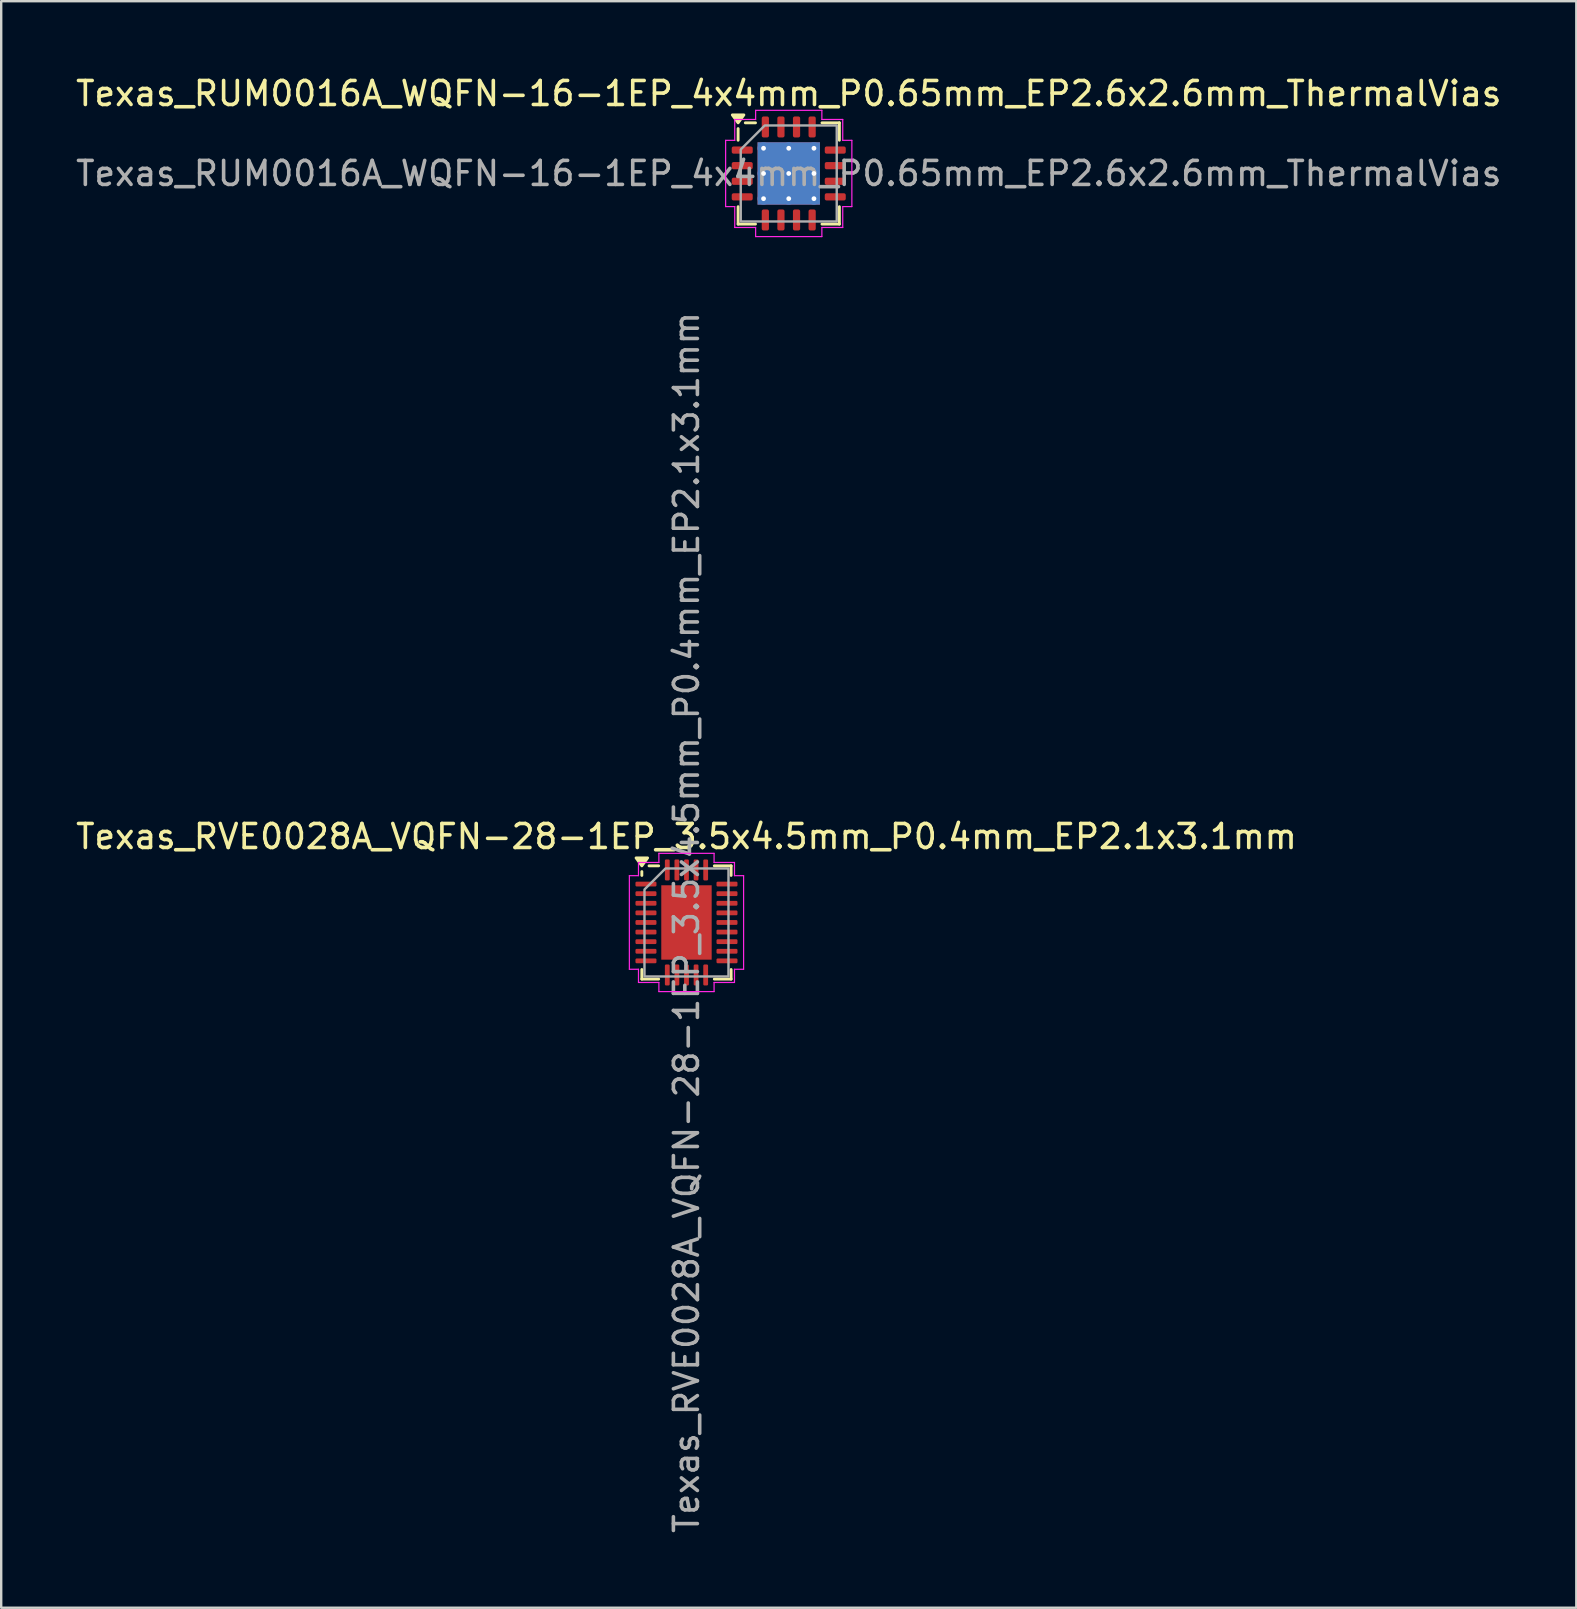
<source format=kicad_pcb>
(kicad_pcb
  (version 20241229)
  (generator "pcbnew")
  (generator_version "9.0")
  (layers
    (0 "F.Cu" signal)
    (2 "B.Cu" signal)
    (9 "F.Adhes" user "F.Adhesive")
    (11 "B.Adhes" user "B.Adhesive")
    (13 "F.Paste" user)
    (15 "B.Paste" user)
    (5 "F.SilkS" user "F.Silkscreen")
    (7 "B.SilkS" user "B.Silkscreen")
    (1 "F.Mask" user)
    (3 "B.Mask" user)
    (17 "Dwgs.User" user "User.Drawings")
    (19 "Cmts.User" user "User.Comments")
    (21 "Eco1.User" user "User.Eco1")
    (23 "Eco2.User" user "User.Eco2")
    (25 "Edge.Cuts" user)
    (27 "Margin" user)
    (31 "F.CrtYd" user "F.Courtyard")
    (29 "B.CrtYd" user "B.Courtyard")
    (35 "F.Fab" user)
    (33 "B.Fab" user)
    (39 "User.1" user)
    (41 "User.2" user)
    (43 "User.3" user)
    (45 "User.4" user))
  (footprint "Texas_RUM0016A_WQFN-16-1EP_4x4mm_P0.65mm_EP2.6x2.6mm_ThermalVias"
    (layer "F.Cu")
    (at 29.815 4.178)
    (property "Reference" "Texas_RUM0016A_WQFN-16-1EP_4x4mm_P0.65mm_EP2.6x2.6mm_ThermalVias" (at 0 -3.33 0) (layer "F.SilkS") (effects (font (size 1 1) (thickness 0.15))))
    (attr smd)
    (fp_line (start -2.11 -1.385) (end -2.11 -1.87) (stroke (width 0.12) (type solid)) (layer "F.SilkS"))
    (fp_line (start -2.11 2.11) (end -2.11 1.385) (stroke (width 0.12) (type solid)) (layer "F.SilkS"))
    (fp_line (start -1.385 -2.11) (end -1.81 -2.11) (stroke (width 0.12) (type solid)) (layer "F.SilkS"))
    (fp_line (start -1.385 2.11) (end -2.11 2.11) (stroke (width 0.12) (type solid)) (layer "F.SilkS"))
    (fp_line (start 1.385 -2.11) (end 2.11 -2.11) (stroke (width 0.12) (type solid)) (layer "F.SilkS"))
    (fp_line (start 1.385 2.11) (end 2.11 2.11) (stroke (width 0.12) (type solid)) (layer "F.SilkS"))
    (fp_line (start 2.11 -2.11) (end 2.11 -1.385) (stroke (width 0.12) (type solid)) (layer "F.SilkS"))
    (fp_line (start 2.11 2.11) (end 2.11 1.385) (stroke (width 0.12) (type solid)) (layer "F.SilkS"))
    (fp_poly (pts (xy -2.11 -2.11) (xy -2.35 -2.44) (xy -1.87 -2.44)) (stroke (width 0.12) (type solid)) (fill yes) (layer "F.SilkS"))
    (fp_line (start -2.63 -1.38) (end -2.25 -1.38) (stroke (width 0.05) (type solid)) (layer "F.CrtYd"))
    (fp_line (start -2.63 1.38) (end -2.63 -1.38) (stroke (width 0.05) (type solid)) (layer "F.CrtYd"))
    (fp_line (start -2.25 -2.25) (end -1.38 -2.25) (stroke (width 0.05) (type solid)) (layer "F.CrtYd"))
    (fp_line (start -2.25 -1.38) (end -2.25 -2.25) (stroke (width 0.05) (type solid)) (layer "F.CrtYd"))
    (fp_line (start -2.25 1.38) (end -2.63 1.38) (stroke (width 0.05) (type solid)) (layer "F.CrtYd"))
    (fp_line (start -2.25 2.25) (end -2.25 1.38) (stroke (width 0.05) (type solid)) (layer "F.CrtYd"))
    (fp_line (start -1.38 -2.63) (end 1.38 -2.63) (stroke (width 0.05) (type solid)) (layer "F.CrtYd"))
    (fp_line (start -1.38 -2.25) (end -1.38 -2.63) (stroke (width 0.05) (type solid)) (layer "F.CrtYd"))
    (fp_line (start -1.38 2.25) (end -2.25 2.25) (stroke (width 0.05) (type solid)) (layer "F.CrtYd"))
    (fp_line (start -1.38 2.63) (end -1.38 2.25) (stroke (width 0.05) (type solid)) (layer "F.CrtYd"))
    (fp_line (start 1.38 -2.63) (end 1.38 -2.25) (stroke (width 0.05) (type solid)) (layer "F.CrtYd"))
    (fp_line (start 1.38 -2.25) (end 2.25 -2.25) (stroke (width 0.05) (type solid)) (layer "F.CrtYd"))
    (fp_line (start 1.38 2.25) (end 1.38 2.63) (stroke (width 0.05) (type solid)) (layer "F.CrtYd"))
    (fp_line (start 1.38 2.63) (end -1.38 2.63) (stroke (width 0.05) (type solid)) (layer "F.CrtYd"))
    (fp_line (start 2.25 -2.25) (end 2.25 -1.38) (stroke (width 0.05) (type solid)) (layer "F.CrtYd"))
    (fp_line (start 2.25 -1.38) (end 2.63 -1.38) (stroke (width 0.05) (type solid)) (layer "F.CrtYd"))
    (fp_line (start 2.25 1.38) (end 2.25 2.25) (stroke (width 0.05) (type solid)) (layer "F.CrtYd"))
    (fp_line (start 2.25 2.25) (end 1.38 2.25) (stroke (width 0.05) (type solid)) (layer "F.CrtYd"))
    (fp_line (start 2.63 -1.38) (end 2.63 1.38) (stroke (width 0.05) (type solid)) (layer "F.CrtYd"))
    (fp_line (start 2.63 1.38) (end 2.25 1.38) (stroke (width 0.05) (type solid)) (layer "F.CrtYd"))
    (fp_poly (pts (xy -2 -1) (xy -2 2) (xy 2 2) (xy 2 -2) (xy -1 -2)) (stroke (width 0.1) (type solid)) (fill no) (layer "F.Fab"))
    (fp_text user "${REFERENCE}" (at 0 0 0) (layer "F.Fab") (effects (font (size 1 1) (thickness 0.15))))
    (pad "" smd roundrect (at -0.65 -0.65) (size 1.12 1.12) (layers "F.Paste") (roundrect_rratio 0.223))
    (pad "" smd roundrect (at -0.65 0.65) (size 1.12 1.12) (layers "F.Paste") (roundrect_rratio 0.223))
    (pad "" smd roundrect (at 0.65 -0.65) (size 1.12 1.12) (layers "F.Paste") (roundrect_rratio 0.223))
    (pad "" smd roundrect (at 0.65 0.65) (size 1.12 1.12) (layers "F.Paste") (roundrect_rratio 0.223))
    (pad "1" smd roundrect (at -1.938 -0.975) (size 0.875 0.3) (layers "F.Cu" "F.Mask" "F.Paste") (roundrect_rratio 0.25))
    (pad "2" smd roundrect (at -1.938 -0.325) (size 0.875 0.3) (layers "F.Cu" "F.Mask" "F.Paste") (roundrect_rratio 0.25))
    (pad "3" smd roundrect (at -1.938 0.325) (size 0.875 0.3) (layers "F.Cu" "F.Mask" "F.Paste") (roundrect_rratio 0.25))
    (pad "4" smd roundrect (at -1.938 0.975) (size 0.875 0.3) (layers "F.Cu" "F.Mask" "F.Paste") (roundrect_rratio 0.25))
    (pad "5" smd roundrect (at -0.975 1.938) (size 0.3 0.875) (layers "F.Cu" "F.Mask" "F.Paste") (roundrect_rratio 0.25))
    (pad "6" smd roundrect (at -0.325 1.938) (size 0.3 0.875) (layers "F.Cu" "F.Mask" "F.Paste") (roundrect_rratio 0.25))
    (pad "7" smd roundrect (at 0.325 1.938) (size 0.3 0.875) (layers "F.Cu" "F.Mask" "F.Paste") (roundrect_rratio 0.25))
    (pad "8" smd roundrect (at 0.975 1.938) (size 0.3 0.875) (layers "F.Cu" "F.Mask" "F.Paste") (roundrect_rratio 0.25))
    (pad "9" smd roundrect (at 1.938 0.975) (size 0.875 0.3) (layers "F.Cu" "F.Mask" "F.Paste") (roundrect_rratio 0.25))
    (pad "10" smd roundrect (at 1.938 0.325) (size 0.875 0.3) (layers "F.Cu" "F.Mask" "F.Paste") (roundrect_rratio 0.25))
    (pad "11" smd roundrect (at 1.938 -0.325) (size 0.875 0.3) (layers "F.Cu" "F.Mask" "F.Paste") (roundrect_rratio 0.25))
    (pad "12" smd roundrect (at 1.938 -0.975) (size 0.875 0.3) (layers "F.Cu" "F.Mask" "F.Paste") (roundrect_rratio 0.25))
    (pad "13" smd roundrect (at 0.975 -1.938) (size 0.3 0.875) (layers "F.Cu" "F.Mask" "F.Paste") (roundrect_rratio 0.25))
    (pad "14" smd roundrect (at 0.325 -1.938) (size 0.3 0.875) (layers "F.Cu" "F.Mask" "F.Paste") (roundrect_rratio 0.25))
    (pad "15" smd roundrect (at -0.325 -1.938) (size 0.3 0.875) (layers "F.Cu" "F.Mask" "F.Paste") (roundrect_rratio 0.25))
    (pad "16" smd roundrect (at -0.975 -1.938) (size 0.3 0.875) (layers "F.Cu" "F.Mask" "F.Paste") (roundrect_rratio 0.25))
    (pad "17" thru_hole circle (at -1.05 -1.05) (size 0.5 0.5) (drill 0.2) (property pad_prop_heatsink) (layers "*.Cu"))
    (pad "17" thru_hole circle (at -1.05 0) (size 0.5 0.5) (drill 0.2) (property pad_prop_heatsink) (layers "*.Cu"))
    (pad "17" thru_hole circle (at -1.05 1.05) (size 0.5 0.5) (drill 0.2) (property pad_prop_heatsink) (layers "*.Cu"))
    (pad "17" thru_hole circle (at 0 -1.05) (size 0.5 0.5) (drill 0.2) (property pad_prop_heatsink) (layers "*.Cu"))
    (pad "17" thru_hole circle (at 0 0) (size 0.5 0.5) (drill 0.2) (property pad_prop_heatsink) (layers "*.Cu"))
    (pad "17" smd rect (at 0 0) (size 2.6 2.6) (property pad_prop_heatsink) (layers "F.Cu" "F.Mask"))
    (pad "17" smd rect (at 0 0) (size 2.6 2.6) (property pad_prop_heatsink) (layers "B.Cu"))
    (pad "17" thru_hole circle (at 0 1.05) (size 0.5 0.5) (drill 0.2) (property pad_prop_heatsink) (layers "*.Cu"))
    (pad "17" thru_hole circle (at 1.05 -1.05) (size 0.5 0.5) (drill 0.2) (property pad_prop_heatsink) (layers "*.Cu"))
    (pad "17" thru_hole circle (at 1.05 0) (size 0.5 0.5) (drill 0.2) (property pad_prop_heatsink) (layers "*.Cu"))
    (pad "17" thru_hole circle (at 1.05 1.05) (size 0.5 0.5) (drill 0.2) (property pad_prop_heatsink) (layers "*.Cu")))
  (footprint "Texas_RVE0028A_VQFN-28-1EP_3.5x4.5mm_P0.4mm_EP2.1x3.1mm"
    (layer "F.Cu")
    (at 25.554 35.387)
    (property "Reference" "Texas_RVE0028A_VQFN-28-1EP_3.5x4.5mm_P0.4mm_EP2.1x3.1mm" (at 0 -3.58 0) (layer "F.SilkS") (effects (font (size 1 1) (thickness 0.15))))
    (attr smd)
    (fp_line (start -1.86 -1.96) (end -1.86 -2.12) (stroke (width 0.12) (type solid)) (layer "F.SilkS"))
    (fp_line (start -1.86 2.36) (end -1.86 1.96) (stroke (width 0.12) (type solid)) (layer "F.SilkS"))
    (fp_line (start -1.16 -2.36) (end -1.56 -2.36) (stroke (width 0.12) (type solid)) (layer "F.SilkS"))
    (fp_line (start -1.16 2.36) (end -1.86 2.36) (stroke (width 0.12) (type solid)) (layer "F.SilkS"))
    (fp_line (start 1.16 -2.36) (end 1.86 -2.36) (stroke (width 0.12) (type solid)) (layer "F.SilkS"))
    (fp_line (start 1.16 2.36) (end 1.86 2.36) (stroke (width 0.12) (type solid)) (layer "F.SilkS"))
    (fp_line (start 1.86 -2.36) (end 1.86 -1.96) (stroke (width 0.12) (type solid)) (layer "F.SilkS"))
    (fp_line (start 1.86 2.36) (end 1.86 1.96) (stroke (width 0.12) (type solid)) (layer "F.SilkS"))
    (fp_poly (pts (xy -1.86 -2.36) (xy -2.1 -2.69) (xy -1.62 -2.69)) (stroke (width 0.12) (type solid)) (fill yes) (layer "F.SilkS"))
    (fp_line (start -2.38 -1.95) (end -2 -1.95) (stroke (width 0.05) (type solid)) (layer "F.CrtYd"))
    (fp_line (start -2.38 1.95) (end -2.38 -1.95) (stroke (width 0.05) (type solid)) (layer "F.CrtYd"))
    (fp_line (start -2 -2.5) (end -1.15 -2.5) (stroke (width 0.05) (type solid)) (layer "F.CrtYd"))
    (fp_line (start -2 -1.95) (end -2 -2.5) (stroke (width 0.05) (type solid)) (layer "F.CrtYd"))
    (fp_line (start -2 1.95) (end -2.38 1.95) (stroke (width 0.05) (type solid)) (layer "F.CrtYd"))
    (fp_line (start -2 2.5) (end -2 1.95) (stroke (width 0.05) (type solid)) (layer "F.CrtYd"))
    (fp_line (start -1.15 -2.88) (end 1.15 -2.88) (stroke (width 0.05) (type solid)) (layer "F.CrtYd"))
    (fp_line (start -1.15 -2.5) (end -1.15 -2.88) (stroke (width 0.05) (type solid)) (layer "F.CrtYd"))
    (fp_line (start -1.15 2.5) (end -2 2.5) (stroke (width 0.05) (type solid)) (layer "F.CrtYd"))
    (fp_line (start -1.15 2.88) (end -1.15 2.5) (stroke (width 0.05) (type solid)) (layer "F.CrtYd"))
    (fp_line (start 1.15 -2.88) (end 1.15 -2.5) (stroke (width 0.05) (type solid)) (layer "F.CrtYd"))
    (fp_line (start 1.15 -2.5) (end 2 -2.5) (stroke (width 0.05) (type solid)) (layer "F.CrtYd"))
    (fp_line (start 1.15 2.5) (end 1.15 2.88) (stroke (width 0.05) (type solid)) (layer "F.CrtYd"))
    (fp_line (start 1.15 2.88) (end -1.15 2.88) (stroke (width 0.05) (type solid)) (layer "F.CrtYd"))
    (fp_line (start 2 -2.5) (end 2 -1.95) (stroke (width 0.05) (type solid)) (layer "F.CrtYd"))
    (fp_line (start 2 -1.95) (end 2.38 -1.95) (stroke (width 0.05) (type solid)) (layer "F.CrtYd"))
    (fp_line (start 2 1.95) (end 2 2.5) (stroke (width 0.05) (type solid)) (layer "F.CrtYd"))
    (fp_line (start 2 2.5) (end 1.15 2.5) (stroke (width 0.05) (type solid)) (layer "F.CrtYd"))
    (fp_line (start 2.38 -1.95) (end 2.38 1.95) (stroke (width 0.05) (type solid)) (layer "F.CrtYd"))
    (fp_line (start 2.38 1.95) (end 2 1.95) (stroke (width 0.05) (type solid)) (layer "F.CrtYd"))
    (fp_poly (pts (xy -1.75 -1.375) (xy -1.75 2.25) (xy 1.75 2.25) (xy 1.75 -2.25) (xy -0.875 -2.25)) (stroke (width 0.1) (type solid)) (fill no) (layer "F.Fab"))
    (fp_text user "${REFERENCE}" (at 0 0 90) (layer "F.Fab") (effects (font (size 1 1) (thickness 0.15))))
    (pad "" smd roundrect (at -0.525 -0.775) (size 0.85 1.25) (layers "F.Paste") (roundrect_rratio 0.25))
    (pad "" smd roundrect (at -0.525 0.775) (size 0.85 1.25) (layers "F.Paste") (roundrect_rratio 0.25))
    (pad "" smd roundrect (at 0.525 -0.775) (size 0.85 1.25) (layers "F.Paste") (roundrect_rratio 0.25))
    (pad "" smd roundrect (at 0.525 0.775) (size 0.85 1.25) (layers "F.Paste") (roundrect_rratio 0.25))
    (pad "1" smd roundrect (at -1.688 -1.6) (size 0.875 0.2) (layers "F.Cu" "F.Mask" "F.Paste") (roundrect_rratio 0.25))
    (pad "2" smd roundrect (at -1.688 -1.2) (size 0.875 0.2) (layers "F.Cu" "F.Mask" "F.Paste") (roundrect_rratio 0.25))
    (pad "3" smd roundrect (at -1.688 -0.8) (size 0.875 0.2) (layers "F.Cu" "F.Mask" "F.Paste") (roundrect_rratio 0.25))
    (pad "4" smd roundrect (at -1.688 -0.4) (size 0.875 0.2) (layers "F.Cu" "F.Mask" "F.Paste") (roundrect_rratio 0.25))
    (pad "5" smd roundrect (at -1.688 0) (size 0.875 0.2) (layers "F.Cu" "F.Mask" "F.Paste") (roundrect_rratio 0.25))
    (pad "6" smd roundrect (at -1.688 0.4) (size 0.875 0.2) (layers "F.Cu" "F.Mask" "F.Paste") (roundrect_rratio 0.25))
    (pad "7" smd roundrect (at -1.688 0.8) (size 0.875 0.2) (layers "F.Cu" "F.Mask" "F.Paste") (roundrect_rratio 0.25))
    (pad "8" smd roundrect (at -1.688 1.2) (size 0.875 0.2) (layers "F.Cu" "F.Mask" "F.Paste") (roundrect_rratio 0.25))
    (pad "9" smd roundrect (at -1.688 1.6) (size 0.875 0.2) (layers "F.Cu" "F.Mask" "F.Paste") (roundrect_rratio 0.25))
    (pad "10" smd roundrect (at -0.8 2.188) (size 0.2 0.875) (layers "F.Cu" "F.Mask" "F.Paste") (roundrect_rratio 0.25))
    (pad "11" smd roundrect (at -0.4 2.188) (size 0.2 0.875) (layers "F.Cu" "F.Mask" "F.Paste") (roundrect_rratio 0.25))
    (pad "12" smd roundrect (at 0 2.188) (size 0.2 0.875) (layers "F.Cu" "F.Mask" "F.Paste") (roundrect_rratio 0.25))
    (pad "13" smd roundrect (at 0.4 2.188) (size 0.2 0.875) (layers "F.Cu" "F.Mask" "F.Paste") (roundrect_rratio 0.25))
    (pad "14" smd roundrect (at 0.8 2.188) (size 0.2 0.875) (layers "F.Cu" "F.Mask" "F.Paste") (roundrect_rratio 0.25))
    (pad "15" smd roundrect (at 1.688 1.6) (size 0.875 0.2) (layers "F.Cu" "F.Mask" "F.Paste") (roundrect_rratio 0.25))
    (pad "16" smd roundrect (at 1.688 1.2) (size 0.875 0.2) (layers "F.Cu" "F.Mask" "F.Paste") (roundrect_rratio 0.25))
    (pad "17" smd roundrect (at 1.688 0.8) (size 0.875 0.2) (layers "F.Cu" "F.Mask" "F.Paste") (roundrect_rratio 0.25))
    (pad "18" smd roundrect (at 1.688 0.4) (size 0.875 0.2) (layers "F.Cu" "F.Mask" "F.Paste") (roundrect_rratio 0.25))
    (pad "19" smd roundrect (at 1.688 0) (size 0.875 0.2) (layers "F.Cu" "F.Mask" "F.Paste") (roundrect_rratio 0.25))
    (pad "20" smd roundrect (at 1.688 -0.4) (size 0.875 0.2) (layers "F.Cu" "F.Mask" "F.Paste") (roundrect_rratio 0.25))
    (pad "21" smd roundrect (at 1.688 -0.8) (size 0.875 0.2) (layers "F.Cu" "F.Mask" "F.Paste") (roundrect_rratio 0.25))
    (pad "22" smd roundrect (at 1.688 -1.2) (size 0.875 0.2) (layers "F.Cu" "F.Mask" "F.Paste") (roundrect_rratio 0.25))
    (pad "23" smd roundrect (at 1.688 -1.6) (size 0.875 0.2) (layers "F.Cu" "F.Mask" "F.Paste") (roundrect_rratio 0.25))
    (pad "24" smd roundrect (at 0.8 -2.188) (size 0.2 0.875) (layers "F.Cu" "F.Mask" "F.Paste") (roundrect_rratio 0.25))
    (pad "25" smd roundrect (at 0.4 -2.188) (size 0.2 0.875) (layers "F.Cu" "F.Mask" "F.Paste") (roundrect_rratio 0.25))
    (pad "26" smd roundrect (at 0 -2.188) (size 0.2 0.875) (layers "F.Cu" "F.Mask" "F.Paste") (roundrect_rratio 0.25))
    (pad "27" smd roundrect (at -0.4 -2.188) (size 0.2 0.875) (layers "F.Cu" "F.Mask" "F.Paste") (roundrect_rratio 0.25))
    (pad "28" smd roundrect (at -0.8 -2.188) (size 0.2 0.875) (layers "F.Cu" "F.Mask" "F.Paste") (roundrect_rratio 0.25))
    (pad "29" smd rect (at 0 0) (size 2.1 3.1) (property pad_prop_heatsink) (layers "F.Cu" "F.Mask")))
  (gr_rect
    (start -3 -3)
    (end 62.631 63.94)
    (stroke (width 0.1) (type default))
    (fill no)
    (layer "Edge.Cuts")))
</source>
